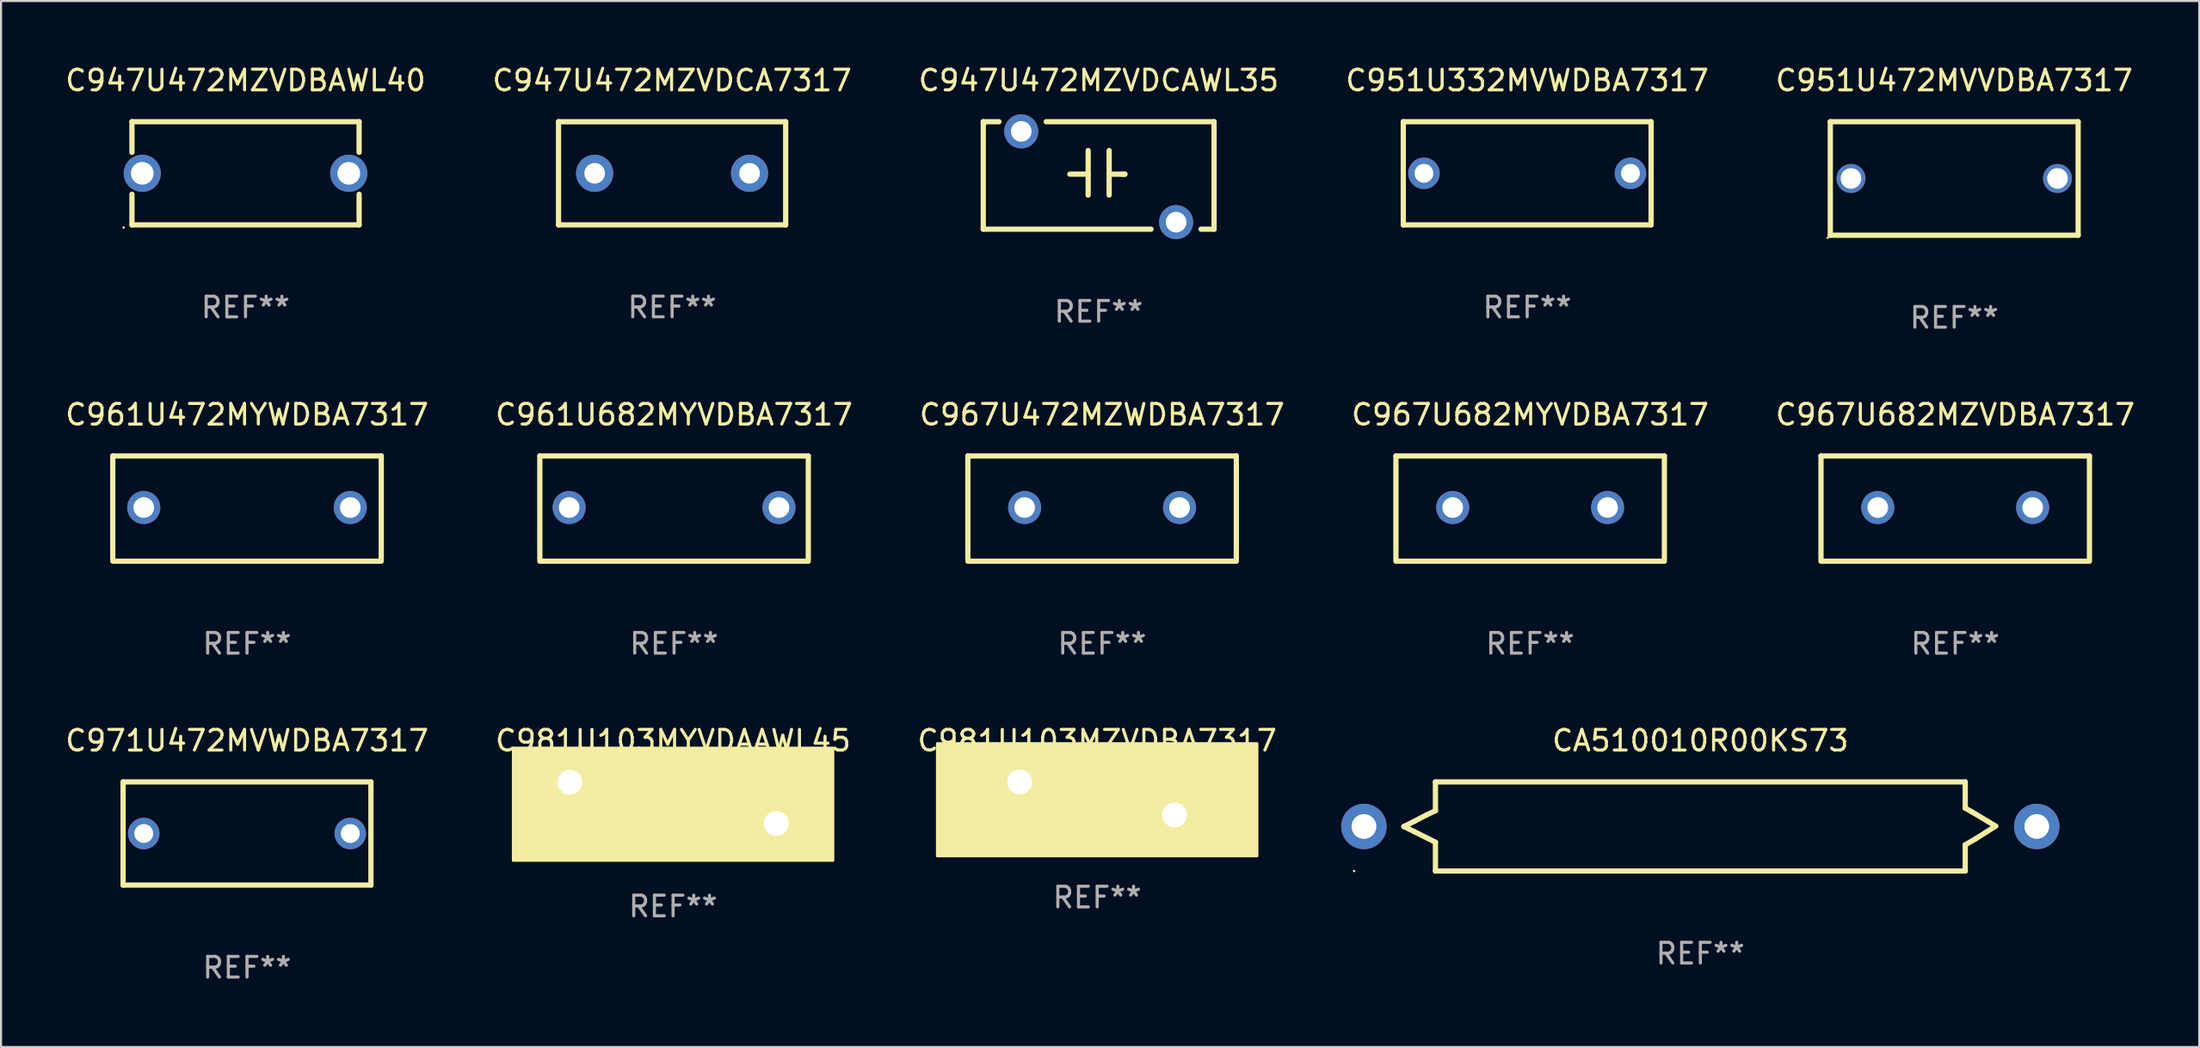
<source format=kicad_pcb>
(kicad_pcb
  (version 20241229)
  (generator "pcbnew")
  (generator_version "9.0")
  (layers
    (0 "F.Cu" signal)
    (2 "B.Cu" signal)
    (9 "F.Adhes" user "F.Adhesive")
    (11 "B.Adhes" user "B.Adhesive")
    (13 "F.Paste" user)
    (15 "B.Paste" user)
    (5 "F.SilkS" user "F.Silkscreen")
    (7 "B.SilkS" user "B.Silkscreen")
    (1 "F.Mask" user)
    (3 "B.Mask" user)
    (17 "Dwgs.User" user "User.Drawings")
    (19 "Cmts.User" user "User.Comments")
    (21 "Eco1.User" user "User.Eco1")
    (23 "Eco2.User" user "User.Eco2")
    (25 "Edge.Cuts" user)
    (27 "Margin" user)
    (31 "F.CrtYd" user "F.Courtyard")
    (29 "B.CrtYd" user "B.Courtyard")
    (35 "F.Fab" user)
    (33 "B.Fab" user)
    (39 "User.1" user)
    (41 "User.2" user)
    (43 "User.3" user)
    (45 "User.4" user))
  (footprint "C967U682MYVDBA7317"
    (layer "F.Cu")
    (at 71.042 21.595)
    (property "Reference" "C967U682MYVDBA7317" (at 0 -4.55 0) (layer "F.SilkS") (effects (font (size 1 1) (thickness 0.15))))
    (attr through_hole)
    (fp_line (start -6.5 -2.55) (end 6.5 -2.55) (stroke (width 0.254) (type solid)) (layer "F.SilkS"))
    (fp_line (start -6.5 2.45) (end -6.5 -2.55) (stroke (width 0.254) (type solid)) (layer "F.SilkS"))
    (fp_line (start 6.5 -2.55) (end 6.5 2.45) (stroke (width 0.254) (type solid)) (layer "F.SilkS"))
    (fp_line (start 6.5 2.55) (end -6.5 2.55) (stroke (width 0.254) (type solid)) (layer "F.SilkS"))
    (fp_circle (center -6.5 2.45) (end -6.47 2.45) (stroke (width 0.06) (type solid)) (fill no) (layer "F.SilkS"))
    (fp_text user "REF**" (at 0 6.55 0) (layer "F.Fab") (effects (font (size 1 1) (thickness 0.15))))
    (pad "1" thru_hole circle (at -3.75 -0.05) (size 1.6 1.6) (drill 1) (layers "*.Cu" "*.Mask"))
    (pad "2" thru_hole circle (at 3.75 -0.05) (size 1.6 1.6) (drill 1) (layers "*.Cu" "*.Mask")))
  (footprint "C971U472MVWDBA7317"
    (layer "F.Cu")
    (at 8.911 37.341)
    (property "Reference" "C971U472MVWDBA7317" (at 0 -4.5 0) (layer "F.SilkS") (effects (font (size 1 1) (thickness 0.15))))
    (attr through_hole)
    (fp_line (start -6 -2.5) (end 6 -2.5) (stroke (width 0.254) (type solid)) (layer "F.SilkS"))
    (fp_line (start -6 2.5) (end -6 -2.5) (stroke (width 0.254) (type solid)) (layer "F.SilkS"))
    (fp_line (start 6 -2.5) (end 6 2.5) (stroke (width 0.254) (type solid)) (layer "F.SilkS"))
    (fp_line (start 6 2.5) (end -6 2.5) (stroke (width 0.254) (type solid)) (layer "F.SilkS"))
    (fp_circle (center -6 2.5) (end -5.97 2.5) (stroke (width 0.06) (type solid)) (fill no) (layer "F.SilkS"))
    (fp_text user "REF**" (at 0 6.5 0) (layer "F.Fab") (effects (font (size 1 1) (thickness 0.15))))
    (pad "1" thru_hole circle (at -5 0) (size 1.524 1.524) (drill 0.914) (layers "*.Cu" "*.Mask"))
    (pad "2" thru_hole circle (at 5 0) (size 1.524 1.524) (drill 0.914) (layers "*.Cu" "*.Mask")))
  (footprint "C947U472MZVDBAWL40"
    (layer "F.Cu")
    (at 8.839 5.348)
    (property "Reference" "C947U472MZVDBAWL40" (at 0 -4.5 0) (layer "F.SilkS") (effects (font (size 1 1) (thickness 0.15))))
    (attr through_hole)
    (fp_line (start -5.5 -2.5) (end -5.5 -1.014) (stroke (width 0.254) (type solid)) (layer "F.SilkS"))
    (fp_line (start -5.5 -2.5) (end 5.5 -2.5) (stroke (width 0.254) (type solid)) (layer "F.SilkS"))
    (fp_line (start -5.5 1.014) (end -5.5 2.5) (stroke (width 0.254) (type solid)) (layer "F.SilkS"))
    (fp_line (start 5.5 -1.014) (end 5.5 -2.5) (stroke (width 0.254) (type solid)) (layer "F.SilkS"))
    (fp_line (start 5.5 2.5) (end -5.5 2.5) (stroke (width 0.254) (type solid)) (layer "F.SilkS"))
    (fp_line (start 5.5 2.5) (end 5.5 1.014) (stroke (width 0.254) (type solid)) (layer "F.SilkS"))
    (fp_circle (center -5.9 2.627) (end -5.87 2.627) (stroke (width 0.06) (type solid)) (fill no) (layer "F.SilkS"))
    (fp_text user "REF**" (at 0 6.5 0) (layer "F.Fab") (effects (font (size 1 1) (thickness 0.15))))
    (pad "1" thru_hole circle (at -5 0) (size 1.8 1.8) (drill 1.1) (layers "*.Cu" "*.Mask"))
    (pad "2" thru_hole circle (at 5 0) (size 1.8 1.8) (drill 1.1) (layers "*.Cu" "*.Mask")))
  (footprint "C951U472MVVDBA7317"
    (layer "F.Cu")
    (at 91.577 5.598)
    (property "Reference" "C951U472MVVDBA7317" (at 0 -4.75 0) (layer "F.SilkS") (effects (font (size 1 1) (thickness 0.15))))
    (attr through_hole)
    (fp_line (start -6 -2.75) (end -6 2.75) (stroke (width 0.254) (type solid)) (layer "F.SilkS"))
    (fp_line (start -6 -2.75) (end 6 -2.75) (stroke (width 0.254) (type solid)) (layer "F.SilkS"))
    (fp_line (start 6 -2.75) (end 6 2.75) (stroke (width 0.254) (type solid)) (layer "F.SilkS"))
    (fp_line (start 6 2.75) (end -6 2.75) (stroke (width 0.254) (type solid)) (layer "F.SilkS"))
    (fp_circle (center -6.127 2.877) (end -6.097 2.877) (stroke (width 0.06) (type solid)) (fill no) (layer "F.SilkS"))
    (fp_text user "REF**" (at 0 6.75 0) (layer "F.Fab") (effects (font (size 1 1) (thickness 0.15))))
    (pad "1" thru_hole circle (at -5 0) (size 1.4 1.4) (drill 1) (layers "*.Cu" "*.Mask"))
    (pad "2" thru_hole circle (at 5 0) (size 1.4 1.4) (drill 1) (layers "*.Cu" "*.Mask")))
  (footprint "C967U472MZWDBA7317"
    (layer "F.Cu")
    (at 50.315 21.595)
    (property "Reference" "C967U472MZWDBA7317" (at 0 -4.55 0) (layer "F.SilkS") (effects (font (size 1 1) (thickness 0.15))))
    (attr through_hole)
    (fp_line (start -6.5 -2.55) (end 6.5 -2.55) (stroke (width 0.254) (type solid)) (layer "F.SilkS"))
    (fp_line (start -6.5 2.45) (end -6.5 -2.55) (stroke (width 0.254) (type solid)) (layer "F.SilkS"))
    (fp_line (start 6.5 -2.55) (end 6.5 2.45) (stroke (width 0.254) (type solid)) (layer "F.SilkS"))
    (fp_line (start 6.5 2.55) (end -6.5 2.55) (stroke (width 0.254) (type solid)) (layer "F.SilkS"))
    (fp_circle (center -6.5 2.45) (end -6.47 2.45) (stroke (width 0.06) (type solid)) (fill no) (layer "F.SilkS"))
    (fp_text user "REF**" (at 0 6.55 0) (layer "F.Fab") (effects (font (size 1 1) (thickness 0.15))))
    (pad "1" thru_hole circle (at -3.75 -0.05) (size 1.6 1.6) (drill 1) (layers "*.Cu" "*.Mask"))
    (pad "2" thru_hole circle (at 3.75 -0.05) (size 1.6 1.6) (drill 1) (layers "*.Cu" "*.Mask")))
  (footprint "C981U103MYVDAAWL45"
    (layer "F.Cu")
    (at 29.542 35.857)
    (property "Reference" "C981U103MYVDAAWL45" (at 0 -3.016 0) (layer "F.SilkS") (effects (font (size 1 1) (thickness 0.15))))
    (attr through_hole)
    (fp_line (start -0.381 0) (end -1.421 -0.003) (stroke (width 0.254) (type solid)) (layer "F.SilkS"))
    (fp_line (start -0.254 1.016) (end -0.254 -1.016) (stroke (width 0.254) (type solid)) (layer "F.SilkS"))
    (fp_line (start 0.381 1.016) (end 0.381 -1.016) (stroke (width 0.254) (type solid)) (layer "F.SilkS"))
    (fp_line (start 0.508 0) (end 1.524 0) (stroke (width 0.254) (type solid)) (layer "F.SilkS"))
    (fp_circle (center -7.5 -2.5) (end -7.47 -2.5) (stroke (width 0.06) (type solid)) (fill no) (layer "F.SilkS"))
    (fp_poly (pts (xy -7.747 -2.667) (xy 7.747 -2.667) (xy 7.747 2.794) (xy -7.747 2.794)) (stroke (width 0.12) (type solid)) (fill yes) (layer "F.SilkS"))
    (fp_text user "REF**" (at 0 5.016 0) (layer "F.Fab") (effects (font (size 1 1) (thickness 0.15))))
    (pad "1" thru_hole circle (at -5 -1) (size 2 2) (drill 1.2) (layers "*.Cu" "*.Mask"))
    (pad "2" thru_hole circle (at 5 1) (size 2 2) (drill 1.2) (layers "*.Cu" "*.Mask")))
  (footprint "C961U472MYWDBA7317"
    (layer "F.Cu")
    (at 8.911 21.595)
    (property "Reference" "C961U472MYWDBA7317" (at 0 -4.55 0) (layer "F.SilkS") (effects (font (size 1 1) (thickness 0.15))))
    (attr through_hole)
    (fp_line (start -6.5 -2.55) (end 6.5 -2.55) (stroke (width 0.254) (type solid)) (layer "F.SilkS"))
    (fp_line (start -6.5 2.45) (end -6.5 -2.55) (stroke (width 0.254) (type solid)) (layer "F.SilkS"))
    (fp_line (start 6.5 -2.55) (end 6.5 2.45) (stroke (width 0.254) (type solid)) (layer "F.SilkS"))
    (fp_line (start 6.5 2.55) (end -6.5 2.55) (stroke (width 0.254) (type solid)) (layer "F.SilkS"))
    (fp_circle (center -6.5 2.45) (end -6.47 2.45) (stroke (width 0.06) (type solid)) (fill no) (layer "F.SilkS"))
    (fp_text user "REF**" (at 0 6.55 0) (layer "F.Fab") (effects (font (size 1 1) (thickness 0.15))))
    (pad "1" thru_hole circle (at -5 -0.05) (size 1.6 1.6) (drill 1) (layers "*.Cu" "*.Mask"))
    (pad "2" thru_hole circle (at 5 -0.05) (size 1.6 1.6) (drill 1) (layers "*.Cu" "*.Mask")))
  (footprint "C961U682MYVDBA7317"
    (layer "F.Cu")
    (at 29.589 21.595)
    (property "Reference" "C961U682MYVDBA7317" (at 0 -4.55 0) (layer "F.SilkS") (effects (font (size 1 1) (thickness 0.15))))
    (attr through_hole)
    (fp_line (start -6.5 -2.55) (end 6.5 -2.55) (stroke (width 0.254) (type solid)) (layer "F.SilkS"))
    (fp_line (start -6.5 2.45) (end -6.5 -2.55) (stroke (width 0.254) (type solid)) (layer "F.SilkS"))
    (fp_line (start 6.5 -2.55) (end 6.5 2.45) (stroke (width 0.254) (type solid)) (layer "F.SilkS"))
    (fp_line (start 6.5 2.55) (end -6.5 2.55) (stroke (width 0.254) (type solid)) (layer "F.SilkS"))
    (fp_circle (center -6.5 2.45) (end -6.47 2.45) (stroke (width 0.06) (type solid)) (fill no) (layer "F.SilkS"))
    (fp_text user "REF**" (at 0 6.55 0) (layer "F.Fab") (effects (font (size 1 1) (thickness 0.15))))
    (pad "1" thru_hole circle (at -5.08 -0.05) (size 1.6 1.6) (drill 1) (layers "*.Cu" "*.Mask"))
    (pad "2" thru_hole circle (at 5.08 -0.05) (size 1.6 1.6) (drill 1) (layers "*.Cu" "*.Mask")))
  (footprint "C947U472MZVDCA7317"
    (layer "F.Cu")
    (at 29.494 5.348)
    (property "Reference" "C947U472MZVDCA7317" (at 0 -4.499 0) (layer "F.SilkS") (effects (font (size 1 1) (thickness 0.15))))
    (attr through_hole)
    (fp_line (start -5.499 -2.499) (end -5.499 2.499) (stroke (width 0.254) (type solid)) (layer "F.SilkS"))
    (fp_line (start -5.499 -2.499) (end 5.499 -2.499) (stroke (width 0.254) (type solid)) (layer "F.SilkS"))
    (fp_line (start 5.499 -2.499) (end 5.499 2.499) (stroke (width 0.254) (type solid)) (layer "F.SilkS"))
    (fp_line (start 5.499 2.499) (end -5.499 2.499) (stroke (width 0.254) (type solid)) (layer "F.SilkS"))
    (fp_circle (center -5.5 2.5) (end -5.47 2.5) (stroke (width 0.06) (type solid)) (fill no) (layer "F.SilkS"))
    (fp_text user "REF**" (at 0 6.499 0) (layer "F.Fab") (effects (font (size 1 1) (thickness 0.15))))
    (pad "1" thru_hole circle (at -3.75 0.000038) (size 1.8 1.8) (drill 1) (layers "*.Cu" "*.Mask"))
    (pad "2" thru_hole circle (at 3.75 0.000038) (size 1.8 1.8) (drill 1) (layers "*.Cu" "*.Mask")))
  (footprint "C951U332MVWDBA7317"
    (layer "F.Cu")
    (at 70.899 5.348)
    (property "Reference" "C951U332MVWDBA7317" (at 0 -4.5 0) (layer "F.SilkS") (effects (font (size 1 1) (thickness 0.15))))
    (attr through_hole)
    (fp_line (start -6 -2.5) (end 6 -2.5) (stroke (width 0.254) (type solid)) (layer "F.SilkS"))
    (fp_line (start -6 2.5) (end -6 -2.5) (stroke (width 0.254) (type solid)) (layer "F.SilkS"))
    (fp_line (start 6 -2.5) (end 6 2.5) (stroke (width 0.254) (type solid)) (layer "F.SilkS"))
    (fp_line (start 6 2.5) (end -6 2.5) (stroke (width 0.254) (type solid)) (layer "F.SilkS"))
    (fp_circle (center -6 2.5) (end -5.97 2.5) (stroke (width 0.06) (type solid)) (fill no) (layer "F.SilkS"))
    (fp_text user "REF**" (at 0 6.5 0) (layer "F.Fab") (effects (font (size 1 1) (thickness 0.15))))
    (pad "1" thru_hole circle (at -5 0) (size 1.524 1.524) (drill 0.914) (layers "*.Cu" "*.Mask"))
    (pad "2" thru_hole circle (at 5 0) (size 1.524 1.524) (drill 0.914) (layers "*.Cu" "*.Mask")))
  (footprint "C947U472MZVDCAWL35"
    (layer "F.Cu")
    (at 50.149 5.452)
    (property "Reference" "C947U472MZVDCAWL35" (at 0 -4.604 0) (layer "F.SilkS") (effects (font (size 1 1) (thickness 0.15))))
    (attr through_hole)
    (fp_line (start -5.588 -2.604) (end -4.826 -2.604) (stroke (width 0.254) (type solid)) (layer "F.SilkS"))
    (fp_line (start -5.588 2.604) (end -5.588 -2.604) (stroke (width 0.254) (type solid)) (layer "F.SilkS"))
    (fp_line (start -5.588 2.604) (end 2.54 2.604) (stroke (width 0.254) (type solid)) (layer "F.SilkS"))
    (fp_line (start -2.54 -2.604) (end 5.588 -2.604) (stroke (width 0.254) (type solid)) (layer "F.SilkS"))
    (fp_line (start -1.397 -0.064) (end -0.508 -0.064) (stroke (width 0.254) (type solid)) (layer "F.SilkS"))
    (fp_line (start -0.508 0.953) (end -0.508 -1.207) (stroke (width 0.254) (type solid)) (layer "F.SilkS"))
    (fp_line (start 0.508 -0.061) (end 1.143 -0.061) (stroke (width 0.254) (type solid)) (layer "F.SilkS"))
    (fp_line (start 0.508 0.953) (end 0.508 -1.207) (stroke (width 0.254) (type solid)) (layer "F.SilkS"))
    (fp_line (start 1.143 -0.061) (end 1.267 -0.061) (stroke (width 0.254) (type solid)) (layer "F.SilkS"))
    (fp_line (start 1.267 -0.061) (end 1.27 -0.064) (stroke (width 0.254) (type solid)) (layer "F.SilkS"))
    (fp_line (start 5.588 -2.604) (end 5.588 2.604) (stroke (width 0.254) (type solid)) (layer "F.SilkS"))
    (fp_line (start 5.588 2.604) (end 4.953 2.604) (stroke (width 0.254) (type solid)) (layer "F.SilkS"))
    (fp_circle (center -5.5 -2.436) (end -5.47 -2.436) (stroke (width 0.06) (type solid)) (fill no) (layer "F.SilkS"))
    (fp_text user "REF**" (at 0 6.604 0) (layer "F.Fab") (effects (font (size 1 1) (thickness 0.15))))
    (pad "1" thru_hole circle (at -3.75 -2.136) (size 1.65 1.65) (drill 1) (layers "*.Cu" "*.Mask"))
    (pad "2" thru_hole circle (at 3.75 2.263) (size 1.65 1.65) (drill 1) (layers "*.Cu" "*.Mask")))
  (footprint "C981U103MZVDBA7317"
    (layer "F.Cu")
    (at 50.077 35.641)
    (property "Reference" "C981U103MZVDBA7317" (at 0 -2.8 0) (layer "F.SilkS") (effects (font (size 1 1) (thickness 0.15))))
    (attr through_hole)
    (fp_circle (center -7.5 -2.5) (end -7.47 -2.5) (stroke (width 0.06) (type solid)) (fill no) (layer "F.SilkS"))
    (fp_poly (pts (xy -7.747 -2.667) (xy 7.747 -2.667) (xy 7.747 2.794) (xy -7.747 2.794)) (stroke (width 0.12) (type solid)) (fill yes) (layer "F.SilkS"))
    (fp_text user "REF**" (at 0 4.8 0) (layer "F.Fab") (effects (font (size 1 1) (thickness 0.15))))
    (pad "1" thru_hole circle (at -3.75 -0.8) (size 2 2) (drill 1.2) (layers "*.Cu" "*.Mask"))
    (pad "2" thru_hole circle (at 3.75 0.8) (size 2 2) (drill 1.2) (layers "*.Cu" "*.Mask")))
  (footprint "CA510010R00KS73"
    (layer "F.Cu")
    (at 79.283 37)
    (property "Reference" "CA510010R00KS73" (at 0 -4.159 0) (layer "F.SilkS") (effects (font (size 1 1) (thickness 0.15))))
    (attr through_hole)
    (fp_line (start -14.351 0) (end -14.224 0) (stroke (width 0.254) (type solid)) (layer "F.SilkS"))
    (fp_line (start -14.351 0) (end -13.843 -0.254) (stroke (width 0.254) (type solid)) (layer "F.SilkS"))
    (fp_line (start -14.224 0) (end -14.351 0) (stroke (width 0.254) (type solid)) (layer "F.SilkS"))
    (fp_line (start -14.097 0.127) (end -14.351 0) (stroke (width 0.254) (type solid)) (layer "F.SilkS"))
    (fp_line (start -13.843 -0.254) (end -13.259 -0.559) (stroke (width 0.254) (type solid)) (layer "F.SilkS"))
    (fp_line (start -13.843 0.254) (end -14.097 0.127) (stroke (width 0.254) (type solid)) (layer "F.SilkS"))
    (fp_line (start -13.259 -0.559) (end -12.827 -0.762) (stroke (width 0.254) (type solid)) (layer "F.SilkS"))
    (fp_line (start -12.827 -2.159) (end 12.827 -2.159) (stroke (width 0.254) (type solid)) (layer "F.SilkS"))
    (fp_line (start -12.827 -0.762) (end -12.827 -2.159) (stroke (width 0.254) (type solid)) (layer "F.SilkS"))
    (fp_line (start -12.827 0.762) (end -13.843 0.254) (stroke (width 0.254) (type solid)) (layer "F.SilkS"))
    (fp_line (start -12.827 2.159) (end -12.827 0.762) (stroke (width 0.254) (type solid)) (layer "F.SilkS"))
    (fp_line (start 12.827 -2.159) (end 12.827 -0.889) (stroke (width 0.254) (type solid)) (layer "F.SilkS"))
    (fp_line (start 12.827 -0.889) (end 13.155 -0.705) (stroke (width 0.254) (type solid)) (layer "F.SilkS"))
    (fp_line (start 12.827 0.889) (end 13.335 0.595) (stroke (width 0.254) (type solid)) (layer "F.SilkS"))
    (fp_line (start 12.827 2.159) (end -12.827 2.159) (stroke (width 0.254) (type solid)) (layer "F.SilkS"))
    (fp_line (start 12.827 2.159) (end 12.827 0.889) (stroke (width 0.254) (type solid)) (layer "F.SilkS"))
    (fp_line (start 13.155 -0.705) (end 14.3 -0.018) (stroke (width 0.254) (type solid)) (layer "F.SilkS"))
    (fp_line (start 13.335 0.595) (end 14.3 -0.018) (stroke (width 0.254) (type solid)) (layer "F.SilkS"))
    (fp_circle (center -16.764 2.159) (end -16.734 2.159) (stroke (width 0.06) (type solid)) (fill no) (layer "F.SilkS"))
    (fp_text user "REF**" (at 0 6.159 0) (layer "F.Fab") (effects (font (size 1 1) (thickness 0.15))))
    (pad "1" thru_hole circle (at -16.29 0) (size 2.2 2.2) (drill 1.2) (layers "*.Cu" "*.Mask"))
    (pad "2" thru_hole circle (at 16.29 0) (size 2.2 2.2) (drill 1.2) (layers "*.Cu" "*.Mask")))
  (footprint "C967U682MZVDBA7317"
    (layer "F.Cu")
    (at 91.625 21.595)
    (property "Reference" "C967U682MZVDBA7317" (at 0 -4.55 0) (layer "F.SilkS") (effects (font (size 1 1) (thickness 0.15))))
    (attr through_hole)
    (fp_line (start -6.5 -2.55) (end 6.5 -2.55) (stroke (width 0.254) (type solid)) (layer "F.SilkS"))
    (fp_line (start -6.5 2.45) (end -6.5 -2.55) (stroke (width 0.254) (type solid)) (layer "F.SilkS"))
    (fp_line (start 6.5 -2.55) (end 6.5 2.45) (stroke (width 0.254) (type solid)) (layer "F.SilkS"))
    (fp_line (start 6.5 2.55) (end -6.5 2.55) (stroke (width 0.254) (type solid)) (layer "F.SilkS"))
    (fp_circle (center -6.5 2.45) (end -6.47 2.45) (stroke (width 0.06) (type solid)) (fill no) (layer "F.SilkS"))
    (fp_text user "REF**" (at 0 6.55 0) (layer "F.Fab") (effects (font (size 1 1) (thickness 0.15))))
    (pad "1" thru_hole circle (at -3.75 -0.05) (size 1.6 1.6) (drill 1) (layers "*.Cu" "*.Mask"))
    (pad "2" thru_hole circle (at 3.75 -0.05) (size 1.6 1.6) (drill 1) (layers "*.Cu" "*.Mask")))
  (gr_rect
    (start -3 -3)
    (end 103.44 47.689)
    (stroke (width 0.1) (type default))
    (fill no)
    (layer "Edge.Cuts")))
</source>
